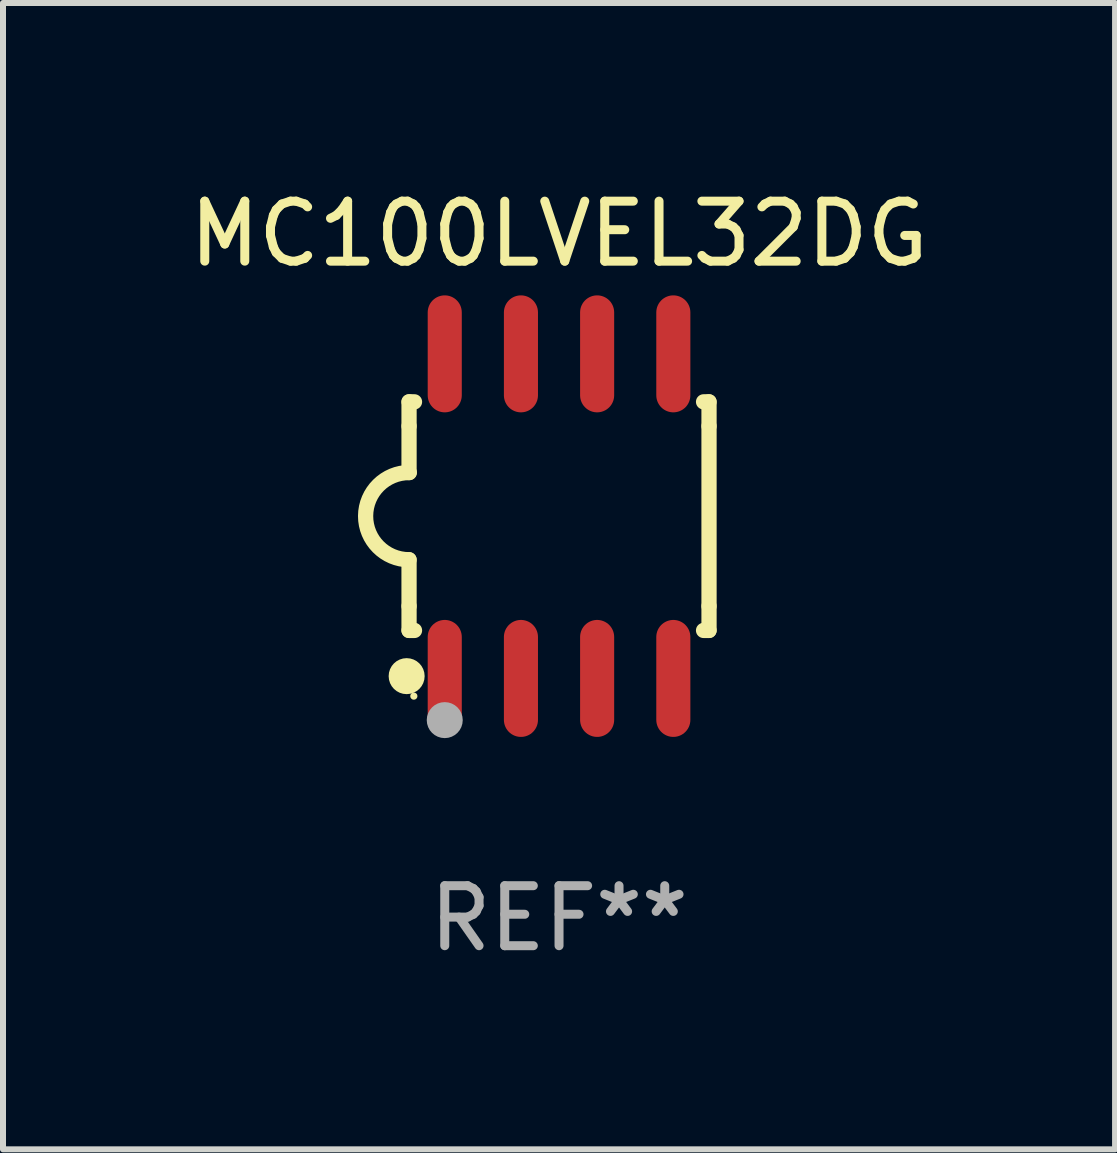
<source format=kicad_pcb>
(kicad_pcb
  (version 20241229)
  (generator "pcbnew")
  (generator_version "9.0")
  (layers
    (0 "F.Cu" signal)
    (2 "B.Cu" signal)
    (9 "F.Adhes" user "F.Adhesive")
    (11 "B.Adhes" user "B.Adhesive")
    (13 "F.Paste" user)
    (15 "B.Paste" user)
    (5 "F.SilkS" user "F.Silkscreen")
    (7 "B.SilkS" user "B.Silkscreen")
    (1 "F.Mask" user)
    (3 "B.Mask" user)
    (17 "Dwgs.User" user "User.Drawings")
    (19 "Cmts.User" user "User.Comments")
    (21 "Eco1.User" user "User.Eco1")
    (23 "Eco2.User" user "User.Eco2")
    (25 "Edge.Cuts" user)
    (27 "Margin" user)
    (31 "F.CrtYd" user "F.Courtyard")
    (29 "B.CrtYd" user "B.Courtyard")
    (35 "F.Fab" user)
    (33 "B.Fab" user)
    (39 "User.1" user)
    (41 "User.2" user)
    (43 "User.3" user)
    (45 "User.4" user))
  (footprint "MC100LVEL32DG"
    (layer "F.Cu")
    (at 6.268 5.553)
    (property "Reference" "MC100LVEL32DG" (at 0 -4.705 0) (layer "F.SilkS") (effects (font (size 1 1) (thickness 0.15))))
    (attr through_hole)
    (fp_line (start -2.5 -1.905) (end -2.409 -1.905) (stroke (width 0.254) (type solid)) (layer "F.SilkS"))
    (fp_line (start -2.5 -1.5) (end -2.5 -1.905) (stroke (width 0.254) (type solid)) (layer "F.SilkS"))
    (fp_line (start -2.5 -1.5) (end -2.5 -0.726) (stroke (width 0.254) (type solid)) (layer "F.SilkS"))
    (fp_line (start -2.5 1.5) (end -2.5 0.727) (stroke (width 0.254) (type solid)) (layer "F.SilkS"))
    (fp_line (start -2.5 1.5) (end -2.5 1.905) (stroke (width 0.254) (type solid)) (layer "F.SilkS"))
    (fp_line (start -2.5 1.905) (end -2.409 1.905) (stroke (width 0.254) (type solid)) (layer "F.SilkS"))
    (fp_line (start 2.5 -1.905) (end 2.409 -1.905) (stroke (width 0.254) (type solid)) (layer "F.SilkS"))
    (fp_line (start 2.5 -1.5) (end 2.5 -1.905) (stroke (width 0.254) (type solid)) (layer "F.SilkS"))
    (fp_line (start 2.5 -1.5) (end 2.5 1.5) (stroke (width 0.254) (type solid)) (layer "F.SilkS"))
    (fp_line (start 2.5 1.5) (end 2.5 1.905) (stroke (width 0.254) (type solid)) (layer "F.SilkS"))
    (fp_line (start 2.5 1.905) (end 2.409 1.905) (stroke (width 0.254) (type solid)) (layer "F.SilkS"))
    (fp_arc (start -2.5 0.726568) (mid -3.220316 -0.0023) (end -2.495097 -0.726289) (stroke (width 0.254001) (type solid)) (layer "F.SilkS"))
    (fp_circle (center -2.54 2.667) (end -2.39 2.667) (stroke (width 0.3) (type solid)) (fill no) (layer "F.SilkS"))
    (fp_circle (center -2.42 3) (end -2.39 3) (stroke (width 0.06) (type solid)) (fill no) (layer "F.SilkS"))
    (fp_circle (center -1.905 3.4) (end -1.755 3.4) (stroke (width 0.3) (type solid)) (fill no) (layer "F.Fab"))
    (fp_text user "REF**" (at 0 6.705 0) (layer "F.Fab") (effects (font (size 1 1) (thickness 0.15))))
    (pad "1" smd oval (at -1.905 2.705) (size 0.568 1.95) (layers "F.Cu" "F.Mask" "F.Paste"))
    (pad "2" smd oval (at -0.635 2.705) (size 0.568 1.95) (layers "F.Cu" "F.Mask" "F.Paste"))
    (pad "3" smd oval (at 0.635 2.705) (size 0.568 1.95) (layers "F.Cu" "F.Mask" "F.Paste"))
    (pad "4" smd oval (at 1.905 2.705) (size 0.568 1.95) (layers "F.Cu" "F.Mask" "F.Paste"))
    (pad "5" smd oval (at 1.905 -2.705) (size 0.568 1.95) (layers "F.Cu" "F.Mask" "F.Paste"))
    (pad "6" smd oval (at 0.635 -2.705) (size 0.568 1.95) (layers "F.Cu" "F.Mask" "F.Paste"))
    (pad "7" smd oval (at -0.635 -2.705) (size 0.568 1.95) (layers "F.Cu" "F.Mask" "F.Paste"))
    (pad "8" smd oval (at -1.905 -2.705) (size 0.568 1.95) (layers "F.Cu" "F.Mask" "F.Paste")))
  (gr_rect
    (start -3 -3)
    (end 15.536 16.107)
    (stroke (width 0.1) (type default))
    (fill no)
    (layer "Edge.Cuts")))
</source>
